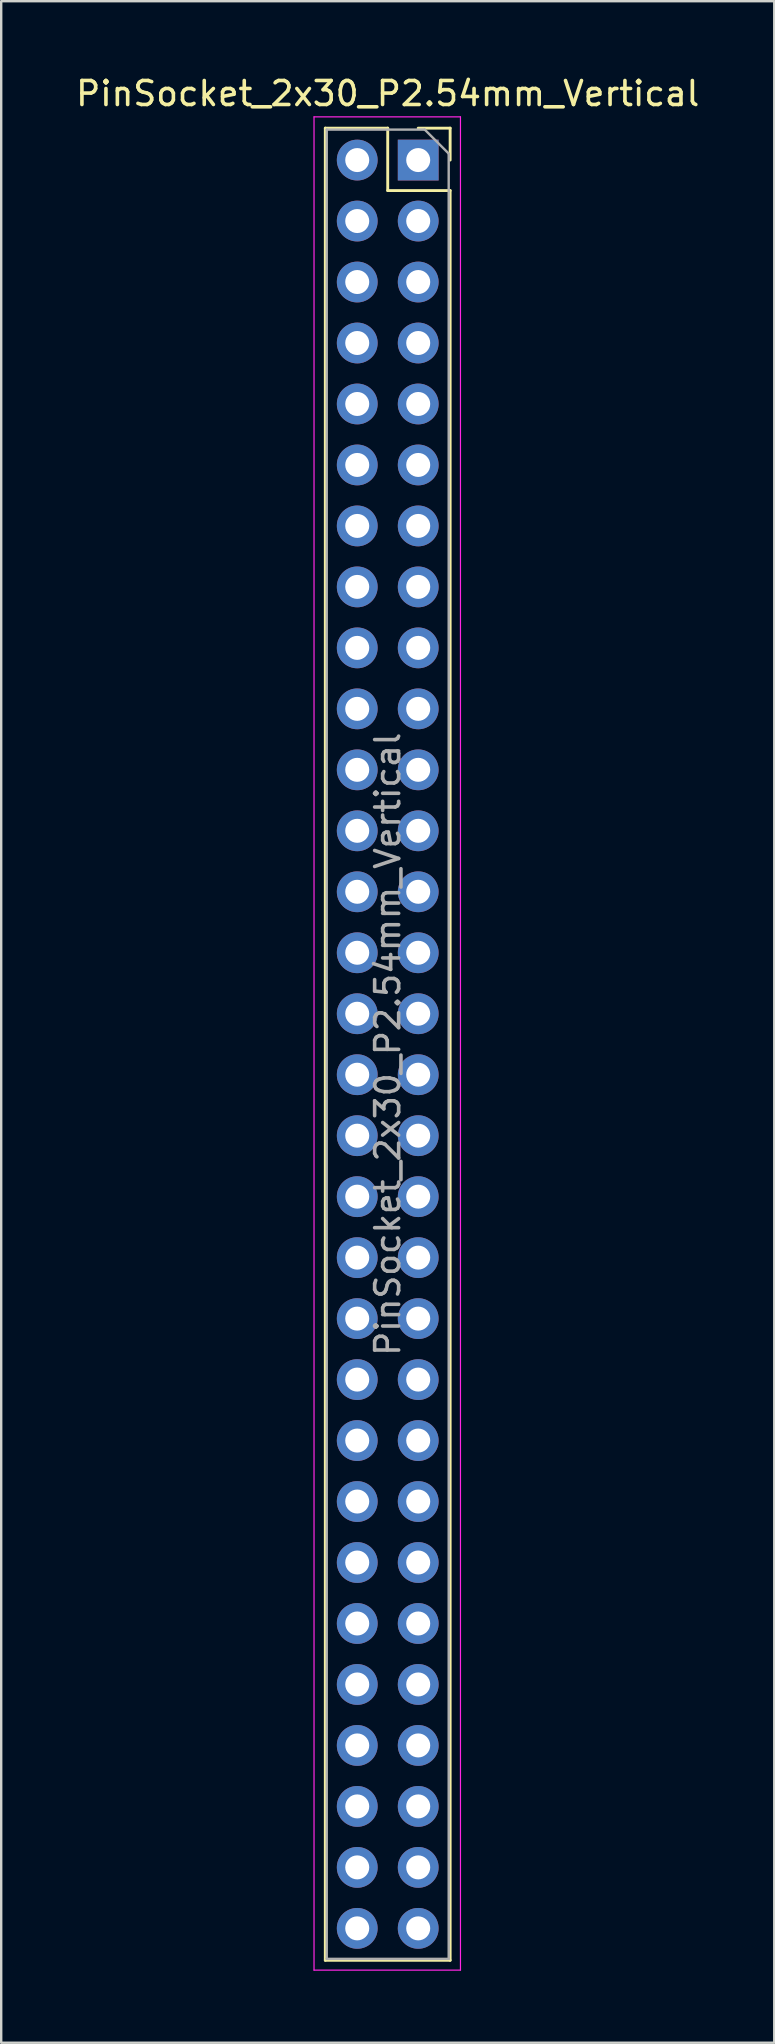
<source format=kicad_pcb>
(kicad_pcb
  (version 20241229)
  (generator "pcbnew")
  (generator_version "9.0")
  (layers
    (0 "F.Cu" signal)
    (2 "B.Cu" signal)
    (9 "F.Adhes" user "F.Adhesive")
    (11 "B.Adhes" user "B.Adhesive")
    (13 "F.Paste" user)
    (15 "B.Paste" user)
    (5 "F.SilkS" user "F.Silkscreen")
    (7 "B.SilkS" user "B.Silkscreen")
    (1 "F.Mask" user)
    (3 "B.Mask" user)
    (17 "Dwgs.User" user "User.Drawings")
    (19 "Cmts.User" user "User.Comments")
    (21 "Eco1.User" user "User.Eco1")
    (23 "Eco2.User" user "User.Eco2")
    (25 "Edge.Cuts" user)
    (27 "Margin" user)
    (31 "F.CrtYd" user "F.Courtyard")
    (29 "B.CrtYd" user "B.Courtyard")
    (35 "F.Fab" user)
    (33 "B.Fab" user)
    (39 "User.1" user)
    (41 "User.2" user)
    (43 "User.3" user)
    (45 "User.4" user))
  (footprint "PinSocket_2x30_P2.54mm_Vertical"
    (layer "F.Cu")
    (at 14.371 3.618)
    (property "Reference" "PinSocket_2x30_P2.54mm_Vertical" (at -1.27 -2.77 0) (layer "F.SilkS") (effects (font (size 1 1) (thickness 0.15))))
    (attr through_hole)
    (fp_line (start -3.87 -1.33) (end -3.87 74.99) (stroke (width 0.12) (type solid)) (layer "F.SilkS"))
    (fp_line (start -3.87 -1.33) (end -1.27 -1.33) (stroke (width 0.12) (type solid)) (layer "F.SilkS"))
    (fp_line (start -3.87 74.99) (end 1.33 74.99) (stroke (width 0.12) (type solid)) (layer "F.SilkS"))
    (fp_line (start -1.27 -1.33) (end -1.27 1.27) (stroke (width 0.12) (type solid)) (layer "F.SilkS"))
    (fp_line (start -1.27 1.27) (end 1.33 1.27) (stroke (width 0.12) (type solid)) (layer "F.SilkS"))
    (fp_line (start 0 -1.33) (end 1.33 -1.33) (stroke (width 0.12) (type solid)) (layer "F.SilkS"))
    (fp_line (start 1.33 -1.33) (end 1.33 0) (stroke (width 0.12) (type solid)) (layer "F.SilkS"))
    (fp_line (start 1.33 1.27) (end 1.33 74.99) (stroke (width 0.12) (type solid)) (layer "F.SilkS"))
    (fp_line (start -4.34 -1.8) (end 1.76 -1.8) (stroke (width 0.05) (type solid)) (layer "F.CrtYd"))
    (fp_line (start -4.34 75.4) (end -4.34 -1.8) (stroke (width 0.05) (type solid)) (layer "F.CrtYd"))
    (fp_line (start 1.76 -1.8) (end 1.76 75.4) (stroke (width 0.05) (type solid)) (layer "F.CrtYd"))
    (fp_line (start 1.76 75.4) (end -4.34 75.4) (stroke (width 0.05) (type solid)) (layer "F.CrtYd"))
    (fp_line (start -3.81 -1.27) (end 0.27 -1.27) (stroke (width 0.1) (type solid)) (layer "F.Fab"))
    (fp_line (start -3.81 74.93) (end -3.81 -1.27) (stroke (width 0.1) (type solid)) (layer "F.Fab"))
    (fp_line (start 0.27 -1.27) (end 1.27 -0.27) (stroke (width 0.1) (type solid)) (layer "F.Fab"))
    (fp_line (start 1.27 -0.27) (end 1.27 74.93) (stroke (width 0.1) (type solid)) (layer "F.Fab"))
    (fp_line (start 1.27 74.93) (end -3.81 74.93) (stroke (width 0.1) (type solid)) (layer "F.Fab"))
    (fp_text user "${REFERENCE}" (at -1.27 36.83 90) (layer "F.Fab") (effects (font (size 1 1) (thickness 0.15))))
    (pad "1" thru_hole rect (at 0 0) (size 1.7 1.7) (drill 1) (layers "*.Cu" "*.Mask"))
    (pad "2" thru_hole oval (at -2.54 0) (size 1.7 1.7) (drill 1) (layers "*.Cu" "*.Mask"))
    (pad "3" thru_hole oval (at 0 2.54) (size 1.7 1.7) (drill 1) (layers "*.Cu" "*.Mask"))
    (pad "4" thru_hole oval (at -2.54 2.54) (size 1.7 1.7) (drill 1) (layers "*.Cu" "*.Mask"))
    (pad "5" thru_hole oval (at 0 5.08) (size 1.7 1.7) (drill 1) (layers "*.Cu" "*.Mask"))
    (pad "6" thru_hole oval (at -2.54 5.08) (size 1.7 1.7) (drill 1) (layers "*.Cu" "*.Mask"))
    (pad "7" thru_hole oval (at 0 7.62) (size 1.7 1.7) (drill 1) (layers "*.Cu" "*.Mask"))
    (pad "8" thru_hole oval (at -2.54 7.62) (size 1.7 1.7) (drill 1) (layers "*.Cu" "*.Mask"))
    (pad "9" thru_hole oval (at 0 10.16) (size 1.7 1.7) (drill 1) (layers "*.Cu" "*.Mask"))
    (pad "10" thru_hole oval (at -2.54 10.16) (size 1.7 1.7) (drill 1) (layers "*.Cu" "*.Mask"))
    (pad "11" thru_hole oval (at 0 12.7) (size 1.7 1.7) (drill 1) (layers "*.Cu" "*.Mask"))
    (pad "12" thru_hole oval (at -2.54 12.7) (size 1.7 1.7) (drill 1) (layers "*.Cu" "*.Mask"))
    (pad "13" thru_hole oval (at 0 15.24) (size 1.7 1.7) (drill 1) (layers "*.Cu" "*.Mask"))
    (pad "14" thru_hole oval (at -2.54 15.24) (size 1.7 1.7) (drill 1) (layers "*.Cu" "*.Mask"))
    (pad "15" thru_hole oval (at 0 17.78) (size 1.7 1.7) (drill 1) (layers "*.Cu" "*.Mask"))
    (pad "16" thru_hole oval (at -2.54 17.78) (size 1.7 1.7) (drill 1) (layers "*.Cu" "*.Mask"))
    (pad "17" thru_hole oval (at 0 20.32) (size 1.7 1.7) (drill 1) (layers "*.Cu" "*.Mask"))
    (pad "18" thru_hole oval (at -2.54 20.32) (size 1.7 1.7) (drill 1) (layers "*.Cu" "*.Mask"))
    (pad "19" thru_hole oval (at 0 22.86) (size 1.7 1.7) (drill 1) (layers "*.Cu" "*.Mask"))
    (pad "20" thru_hole oval (at -2.54 22.86) (size 1.7 1.7) (drill 1) (layers "*.Cu" "*.Mask"))
    (pad "21" thru_hole oval (at 0 25.4) (size 1.7 1.7) (drill 1) (layers "*.Cu" "*.Mask"))
    (pad "22" thru_hole oval (at -2.54 25.4) (size 1.7 1.7) (drill 1) (layers "*.Cu" "*.Mask"))
    (pad "23" thru_hole oval (at 0 27.94) (size 1.7 1.7) (drill 1) (layers "*.Cu" "*.Mask"))
    (pad "24" thru_hole oval (at -2.54 27.94) (size 1.7 1.7) (drill 1) (layers "*.Cu" "*.Mask"))
    (pad "25" thru_hole oval (at 0 30.48) (size 1.7 1.7) (drill 1) (layers "*.Cu" "*.Mask"))
    (pad "26" thru_hole oval (at -2.54 30.48) (size 1.7 1.7) (drill 1) (layers "*.Cu" "*.Mask"))
    (pad "27" thru_hole oval (at 0 33.02) (size 1.7 1.7) (drill 1) (layers "*.Cu" "*.Mask"))
    (pad "28" thru_hole oval (at -2.54 33.02) (size 1.7 1.7) (drill 1) (layers "*.Cu" "*.Mask"))
    (pad "29" thru_hole oval (at 0 35.56) (size 1.7 1.7) (drill 1) (layers "*.Cu" "*.Mask"))
    (pad "30" thru_hole oval (at -2.54 35.56) (size 1.7 1.7) (drill 1) (layers "*.Cu" "*.Mask"))
    (pad "31" thru_hole oval (at 0 38.1) (size 1.7 1.7) (drill 1) (layers "*.Cu" "*.Mask"))
    (pad "32" thru_hole oval (at -2.54 38.1) (size 1.7 1.7) (drill 1) (layers "*.Cu" "*.Mask"))
    (pad "33" thru_hole oval (at 0 40.64) (size 1.7 1.7) (drill 1) (layers "*.Cu" "*.Mask"))
    (pad "34" thru_hole oval (at -2.54 40.64) (size 1.7 1.7) (drill 1) (layers "*.Cu" "*.Mask"))
    (pad "35" thru_hole oval (at 0 43.18) (size 1.7 1.7) (drill 1) (layers "*.Cu" "*.Mask"))
    (pad "36" thru_hole oval (at -2.54 43.18) (size 1.7 1.7) (drill 1) (layers "*.Cu" "*.Mask"))
    (pad "37" thru_hole oval (at 0 45.72) (size 1.7 1.7) (drill 1) (layers "*.Cu" "*.Mask"))
    (pad "38" thru_hole oval (at -2.54 45.72) (size 1.7 1.7) (drill 1) (layers "*.Cu" "*.Mask"))
    (pad "39" thru_hole oval (at 0 48.26) (size 1.7 1.7) (drill 1) (layers "*.Cu" "*.Mask"))
    (pad "40" thru_hole oval (at -2.54 48.26) (size 1.7 1.7) (drill 1) (layers "*.Cu" "*.Mask"))
    (pad "41" thru_hole oval (at 0 50.8) (size 1.7 1.7) (drill 1) (layers "*.Cu" "*.Mask"))
    (pad "42" thru_hole oval (at -2.54 50.8) (size 1.7 1.7) (drill 1) (layers "*.Cu" "*.Mask"))
    (pad "43" thru_hole oval (at 0 53.34) (size 1.7 1.7) (drill 1) (layers "*.Cu" "*.Mask"))
    (pad "44" thru_hole oval (at -2.54 53.34) (size 1.7 1.7) (drill 1) (layers "*.Cu" "*.Mask"))
    (pad "45" thru_hole oval (at 0 55.88) (size 1.7 1.7) (drill 1) (layers "*.Cu" "*.Mask"))
    (pad "46" thru_hole oval (at -2.54 55.88) (size 1.7 1.7) (drill 1) (layers "*.Cu" "*.Mask"))
    (pad "47" thru_hole oval (at 0 58.42) (size 1.7 1.7) (drill 1) (layers "*.Cu" "*.Mask"))
    (pad "48" thru_hole oval (at -2.54 58.42) (size 1.7 1.7) (drill 1) (layers "*.Cu" "*.Mask"))
    (pad "49" thru_hole oval (at 0 60.96) (size 1.7 1.7) (drill 1) (layers "*.Cu" "*.Mask"))
    (pad "50" thru_hole oval (at -2.54 60.96) (size 1.7 1.7) (drill 1) (layers "*.Cu" "*.Mask"))
    (pad "51" thru_hole oval (at 0 63.5) (size 1.7 1.7) (drill 1) (layers "*.Cu" "*.Mask"))
    (pad "52" thru_hole oval (at -2.54 63.5) (size 1.7 1.7) (drill 1) (layers "*.Cu" "*.Mask"))
    (pad "53" thru_hole oval (at 0 66.04) (size 1.7 1.7) (drill 1) (layers "*.Cu" "*.Mask"))
    (pad "54" thru_hole oval (at -2.54 66.04) (size 1.7 1.7) (drill 1) (layers "*.Cu" "*.Mask"))
    (pad "55" thru_hole oval (at 0 68.58) (size 1.7 1.7) (drill 1) (layers "*.Cu" "*.Mask"))
    (pad "56" thru_hole oval (at -2.54 68.58) (size 1.7 1.7) (drill 1) (layers "*.Cu" "*.Mask"))
    (pad "57" thru_hole oval (at 0 71.12) (size 1.7 1.7) (drill 1) (layers "*.Cu" "*.Mask"))
    (pad "58" thru_hole oval (at -2.54 71.12) (size 1.7 1.7) (drill 1) (layers "*.Cu" "*.Mask"))
    (pad "59" thru_hole oval (at 0 73.66) (size 1.7 1.7) (drill 1) (layers "*.Cu" "*.Mask"))
    (pad "60" thru_hole oval (at -2.54 73.66) (size 1.7 1.7) (drill 1) (layers "*.Cu" "*.Mask")))
  (gr_rect
    (start -3 -3)
    (end 29.202 82.043)
    (stroke (width 0.1) (type default))
    (fill no)
    (layer "Edge.Cuts")))
</source>
